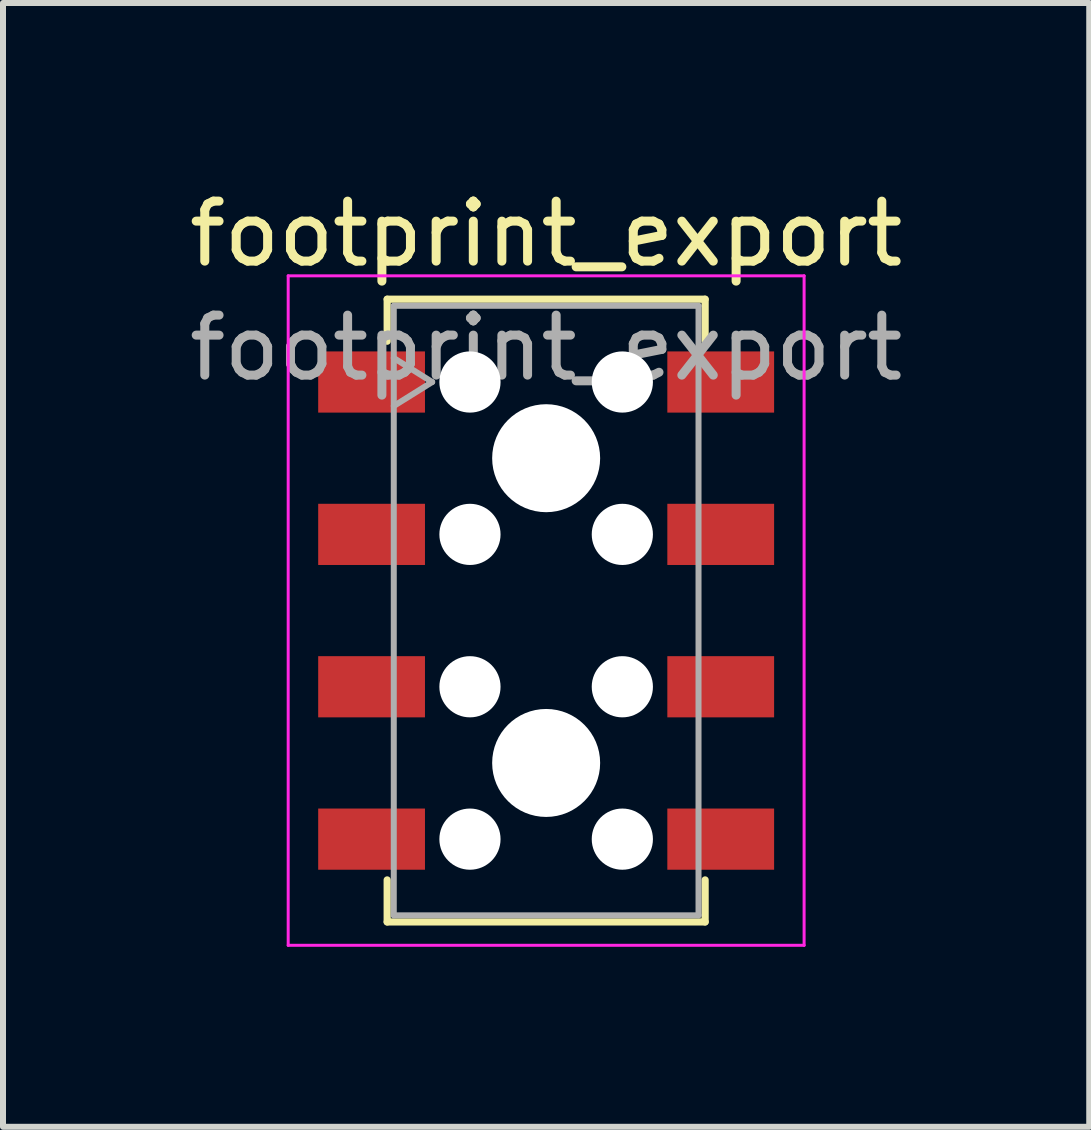
<source format=kicad_pcb>
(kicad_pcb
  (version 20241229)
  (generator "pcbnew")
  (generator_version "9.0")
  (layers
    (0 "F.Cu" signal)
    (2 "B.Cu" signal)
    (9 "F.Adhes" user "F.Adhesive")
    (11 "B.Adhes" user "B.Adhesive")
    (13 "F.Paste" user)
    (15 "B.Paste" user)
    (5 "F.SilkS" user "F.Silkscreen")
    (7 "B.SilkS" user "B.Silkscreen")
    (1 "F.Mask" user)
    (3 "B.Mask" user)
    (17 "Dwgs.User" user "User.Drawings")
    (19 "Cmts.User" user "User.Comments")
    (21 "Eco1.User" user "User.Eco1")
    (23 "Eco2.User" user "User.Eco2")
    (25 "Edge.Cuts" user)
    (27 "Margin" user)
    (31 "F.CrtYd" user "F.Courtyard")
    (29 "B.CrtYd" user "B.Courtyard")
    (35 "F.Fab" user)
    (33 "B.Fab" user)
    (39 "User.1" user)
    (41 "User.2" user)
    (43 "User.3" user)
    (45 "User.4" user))
  (footprint "footprint_export"
    (layer "F.Cu")
    (at 6.054 7.128)
    (property "Reference" "footprint_export" (at 0 -6.28 0) (layer "F.SilkS") (effects (font (size 1 1) (thickness 0.15))))
    (attr smd)
    (fp_line (start -2.65 -5.19) (end 2.65 -5.19) (stroke (width 0.12) (type solid)) (layer "F.SilkS"))
    (fp_line (start -2.65 -4.49) (end -2.65 -5.19) (stroke (width 0.12) (type solid)) (layer "F.SilkS"))
    (fp_line (start -2.65 4.49) (end -2.65 5.19) (stroke (width 0.12) (type solid)) (layer "F.SilkS"))
    (fp_line (start -2.65 5.19) (end 2.65 5.19) (stroke (width 0.12) (type solid)) (layer "F.SilkS"))
    (fp_line (start 2.65 -5.19) (end 2.65 -4.49) (stroke (width 0.12) (type solid)) (layer "F.SilkS"))
    (fp_line (start 2.65 5.19) (end 2.65 4.49) (stroke (width 0.12) (type solid)) (layer "F.SilkS"))
    (fp_line (start -4.3 -5.58) (end 4.3 -5.58) (stroke (width 0.05) (type solid)) (layer "F.CrtYd"))
    (fp_line (start -4.3 5.58) (end -4.3 -5.58) (stroke (width 0.05) (type solid)) (layer "F.CrtYd"))
    (fp_line (start 4.3 -5.58) (end 4.3 5.58) (stroke (width 0.05) (type solid)) (layer "F.CrtYd"))
    (fp_line (start 4.3 5.58) (end -4.3 5.58) (stroke (width 0.05) (type solid)) (layer "F.CrtYd"))
    (fp_line (start -2.54 -5.08) (end 2.54 -5.08) (stroke (width 0.1) (type solid)) (layer "F.Fab"))
    (fp_line (start -2.54 -4.21) (end -1.9 -3.81) (stroke (width 0.1) (type solid)) (layer "F.Fab"))
    (fp_line (start -2.54 5.08) (end -2.54 -5.08) (stroke (width 0.1) (type solid)) (layer "F.Fab"))
    (fp_line (start -1.9 -3.81) (end -2.54 -3.41) (stroke (width 0.1) (type solid)) (layer "F.Fab"))
    (fp_line (start 2.54 -5.08) (end 2.54 5.08) (stroke (width 0.1) (type solid)) (layer "F.Fab"))
    (fp_line (start 2.54 5.08) (end -2.54 5.08) (stroke (width 0.1) (type solid)) (layer "F.Fab"))
    (fp_text user "${REFERENCE}" (at 0 -4.38 0) (layer "F.Fab") (effects (font (size 1 1) (thickness 0.15))))
    (pad "" np_thru_hole circle (at -1.27 -3.81) (size 1.02 1.02) (drill 1.02) (layers "*.Cu" "*.Mask"))
    (pad "" np_thru_hole circle (at -1.27 -1.27) (size 1.02 1.02) (drill 1.02) (layers "*.Cu" "*.Mask"))
    (pad "" np_thru_hole circle (at -1.27 1.27) (size 1.02 1.02) (drill 1.02) (layers "*.Cu" "*.Mask"))
    (pad "" np_thru_hole circle (at -1.27 3.81) (size 1.02 1.02) (drill 1.02) (layers "*.Cu" "*.Mask"))
    (pad "" np_thru_hole circle (at 0 -2.54) (size 1.8 1.8) (drill 1.8) (layers "*.Cu" "*.Mask"))
    (pad "" np_thru_hole circle (at 0 2.54) (size 1.8 1.8) (drill 1.8) (layers "*.Cu" "*.Mask"))
    (pad "" np_thru_hole circle (at 1.27 -3.81) (size 1.02 1.02) (drill 1.02) (layers "*.Cu" "*.Mask"))
    (pad "" np_thru_hole circle (at 1.27 -1.27) (size 1.02 1.02) (drill 1.02) (layers "*.Cu" "*.Mask"))
    (pad "" np_thru_hole circle (at 1.27 1.27) (size 1.02 1.02) (drill 1.02) (layers "*.Cu" "*.Mask"))
    (pad "" np_thru_hole circle (at 1.27 3.81) (size 1.02 1.02) (drill 1.02) (layers "*.Cu" "*.Mask"))
    (pad "1" smd rect (at -2.91 -3.81) (size 1.78 1.02) (layers "F.Cu" "F.Mask" "F.Paste"))
    (pad "2" smd rect (at -2.91 -1.27) (size 1.78 1.02) (layers "F.Cu" "F.Mask" "F.Paste"))
    (pad "3" smd rect (at -2.91 1.27) (size 1.78 1.02) (layers "F.Cu" "F.Mask" "F.Paste"))
    (pad "4" smd rect (at -2.91 3.81) (size 1.78 1.02) (layers "F.Cu" "F.Mask" "F.Paste"))
    (pad "5" smd rect (at 2.91 -3.81) (size 1.78 1.02) (layers "F.Cu" "F.Mask" "F.Paste"))
    (pad "6" smd rect (at 2.91 -1.27) (size 1.78 1.02) (layers "F.Cu" "F.Mask" "F.Paste"))
    (pad "7" smd rect (at 2.91 1.27) (size 1.78 1.02) (layers "F.Cu" "F.Mask" "F.Paste"))
    (pad "8" smd rect (at 2.91 3.81) (size 1.78 1.02) (layers "F.Cu" "F.Mask" "F.Paste")))
  (gr_rect
    (start -3 -3)
    (end 15.107 15.733)
    (stroke (width 0.1) (type default))
    (fill no)
    (layer "Edge.Cuts")))
</source>
